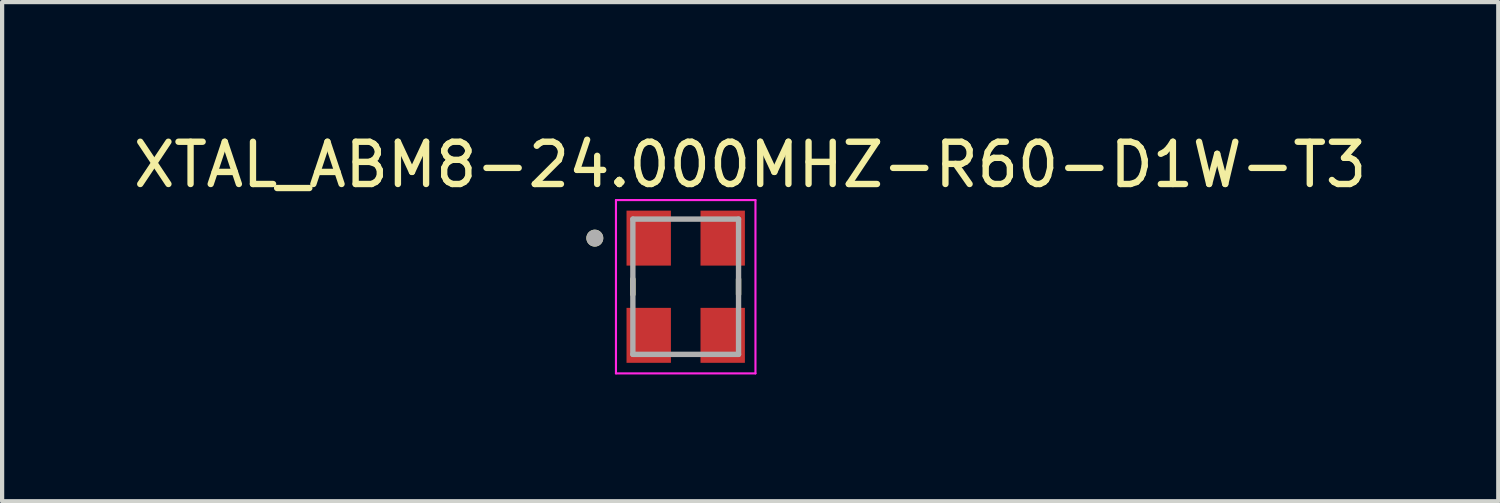
<source format=kicad_pcb>
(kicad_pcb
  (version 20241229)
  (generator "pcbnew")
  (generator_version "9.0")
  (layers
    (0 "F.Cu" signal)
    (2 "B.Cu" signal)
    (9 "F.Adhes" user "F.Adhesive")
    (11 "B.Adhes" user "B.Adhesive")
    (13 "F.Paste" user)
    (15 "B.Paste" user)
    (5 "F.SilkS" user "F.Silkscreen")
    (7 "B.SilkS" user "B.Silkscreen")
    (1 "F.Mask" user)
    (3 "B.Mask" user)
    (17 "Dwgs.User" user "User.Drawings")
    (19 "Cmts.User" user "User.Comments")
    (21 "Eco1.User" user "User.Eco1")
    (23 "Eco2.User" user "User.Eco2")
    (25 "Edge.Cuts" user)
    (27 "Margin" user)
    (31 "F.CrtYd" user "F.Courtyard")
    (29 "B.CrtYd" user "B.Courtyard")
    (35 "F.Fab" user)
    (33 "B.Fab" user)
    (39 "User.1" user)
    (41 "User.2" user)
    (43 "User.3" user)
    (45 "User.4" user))
  (footprint "XTAL_ABM8-24.000MHZ-R60-D1W-T3"
    (layer "F.Cu")
    (at 13.171 3.733)
    (property "Reference" "XTAL_ABM8-24.000MHZ-R60-D1W-T3" (at 1.525 -2.885 0) (layer "F.SilkS") (effects (font (size 1 1) (thickness 0.15))))
    (attr through_hole)
    (fp_line (start -1.25 -0.18) (end -1.25 0.18) (stroke (width 0.127) (type solid)) (layer "F.SilkS"))
    (fp_line (start 1.25 -0.18) (end 1.25 0.18) (stroke (width 0.127) (type solid)) (layer "F.SilkS"))
    (fp_circle (center -2.15 -1.15) (end -2.05 -1.15) (stroke (width 0.2) (type solid)) (fill no) (layer "F.SilkS"))
    (fp_line (start -1.65 -2.05) (end -1.65 2.05) (stroke (width 0.05) (type solid)) (layer "F.CrtYd"))
    (fp_line (start -1.65 -2.05) (end 1.65 -2.05) (stroke (width 0.05) (type solid)) (layer "F.CrtYd"))
    (fp_line (start 1.65 -2.05) (end 1.65 2.05) (stroke (width 0.05) (type solid)) (layer "F.CrtYd"))
    (fp_line (start 1.65 2.05) (end -1.65 2.05) (stroke (width 0.05) (type solid)) (layer "F.CrtYd"))
    (fp_line (start -1.25 -1.6) (end -1.25 1.6) (stroke (width 0.127) (type solid)) (layer "F.Fab"))
    (fp_line (start -1.25 -1.6) (end 1.25 -1.6) (stroke (width 0.127) (type solid)) (layer "F.Fab"))
    (fp_line (start 1.25 -1.6) (end 1.25 1.6) (stroke (width 0.127) (type solid)) (layer "F.Fab"))
    (fp_line (start 1.25 1.6) (end -1.25 1.6) (stroke (width 0.127) (type solid)) (layer "F.Fab"))
    (fp_circle (center -2.15 -1.15) (end -2.05 -1.15) (stroke (width 0.2) (type solid)) (fill no) (layer "F.Fab"))
    (pad "1" smd rect (at -0.875 -1.15) (size 1.05 1.3) (layers "F.Cu" "F.Mask" "F.Paste"))
    (pad "2" smd rect (at -0.875 1.15) (size 1.05 1.3) (layers "F.Cu" "F.Mask" "F.Paste"))
    (pad "3" smd rect (at 0.875 1.15) (size 1.05 1.3) (layers "F.Cu" "F.Mask" "F.Paste"))
    (pad "4" smd rect (at 0.875 -1.15) (size 1.05 1.3) (layers "F.Cu" "F.Mask" "F.Paste")))
  (gr_rect
    (start -3 -3)
    (end 32.393 8.808)
    (stroke (width 0.1) (type default))
    (fill no)
    (layer "Edge.Cuts")))
</source>
